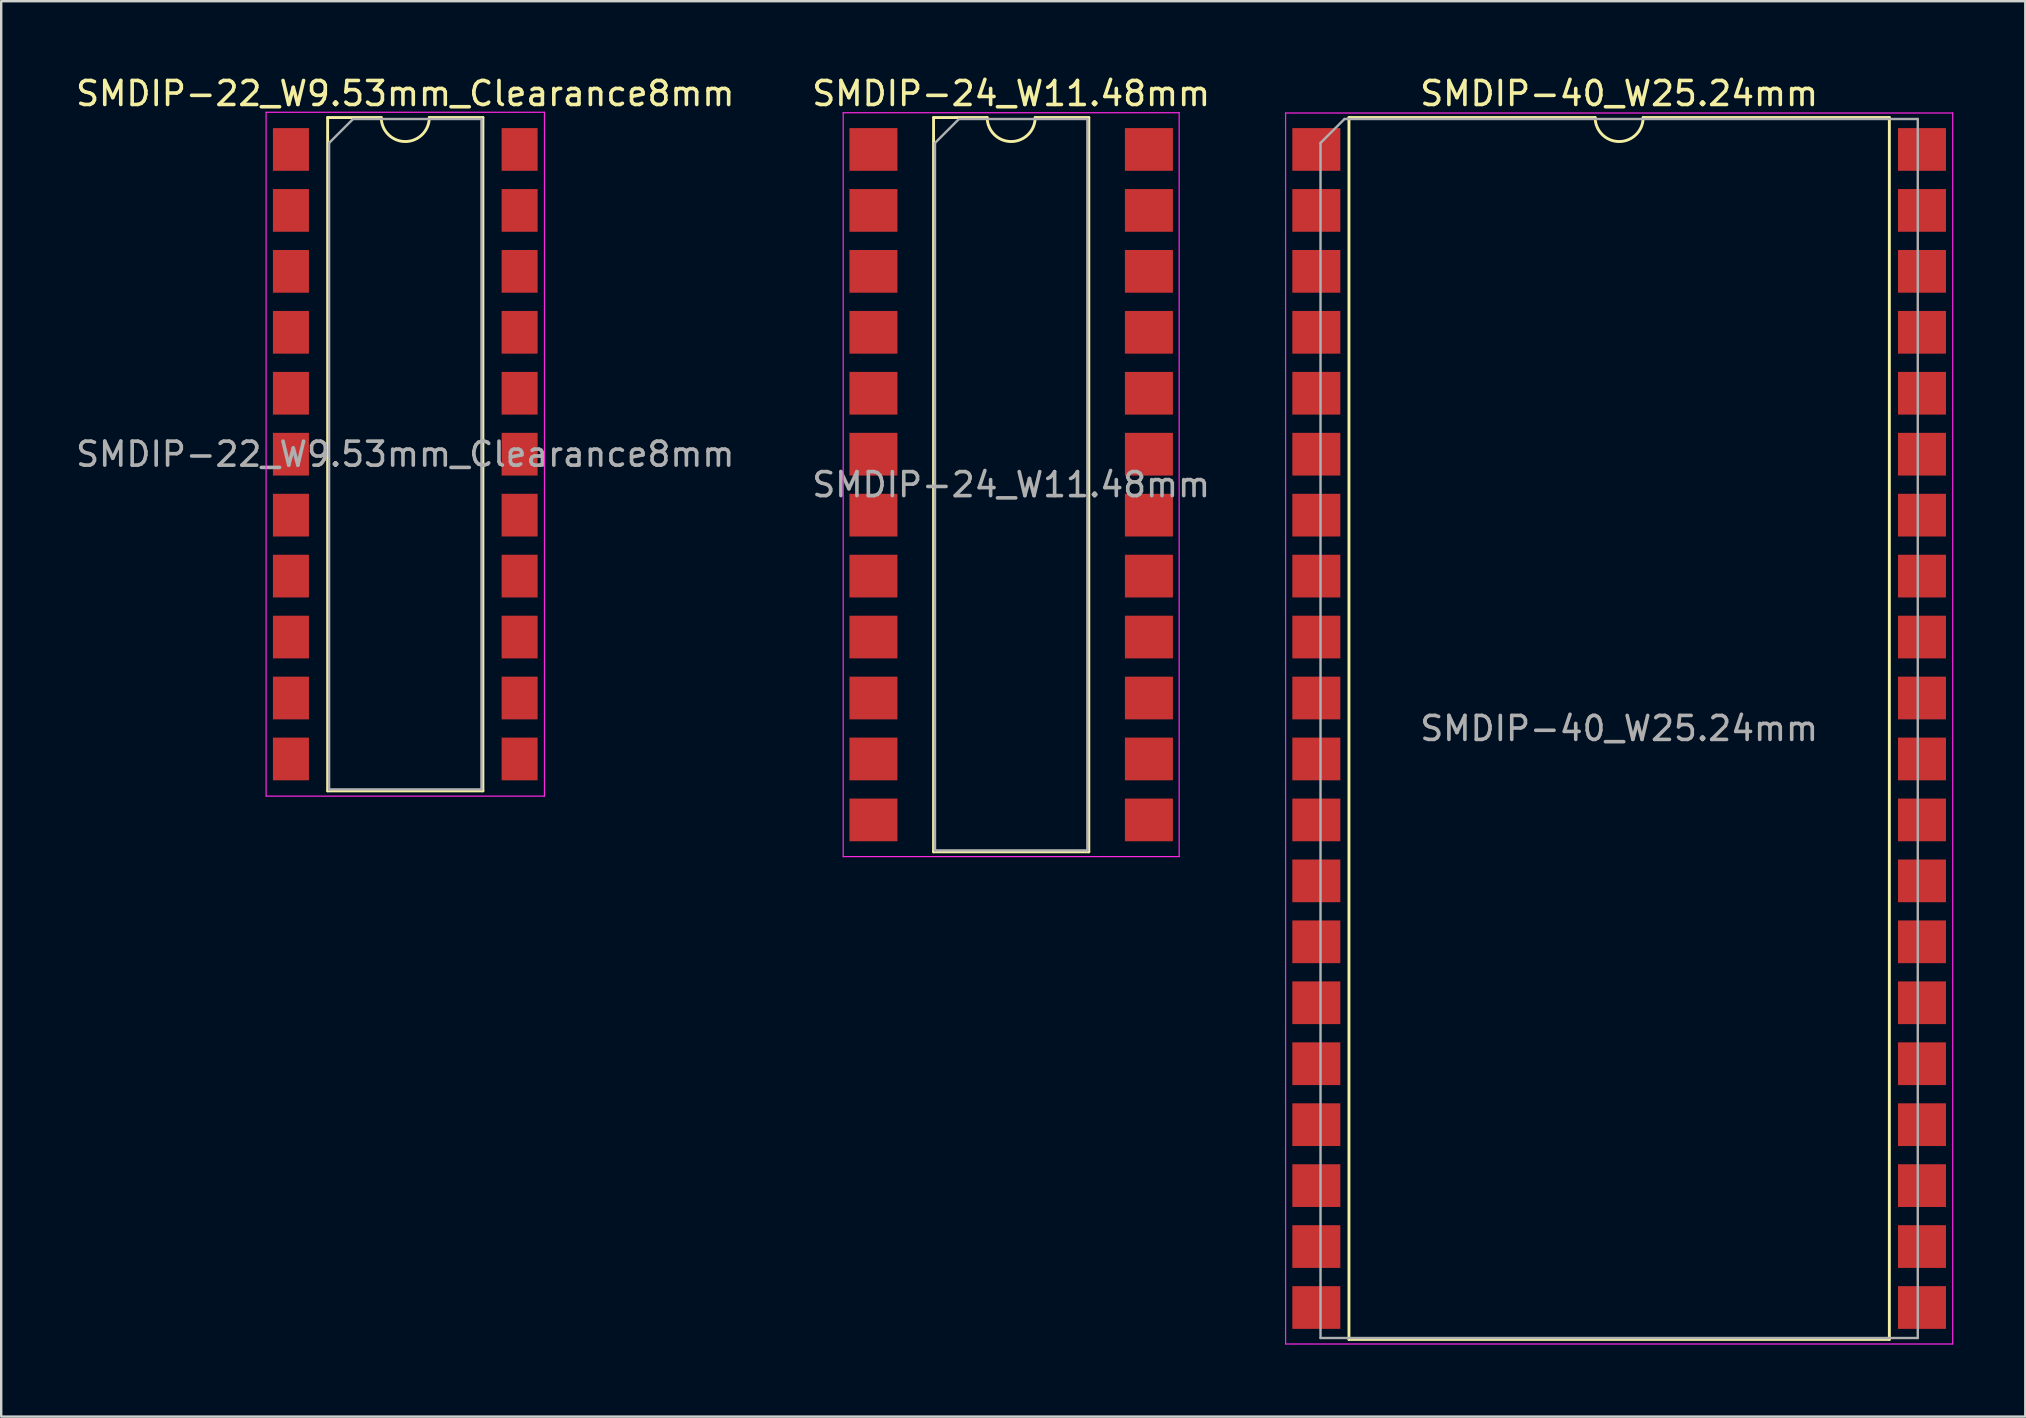
<source format=kicad_pcb>
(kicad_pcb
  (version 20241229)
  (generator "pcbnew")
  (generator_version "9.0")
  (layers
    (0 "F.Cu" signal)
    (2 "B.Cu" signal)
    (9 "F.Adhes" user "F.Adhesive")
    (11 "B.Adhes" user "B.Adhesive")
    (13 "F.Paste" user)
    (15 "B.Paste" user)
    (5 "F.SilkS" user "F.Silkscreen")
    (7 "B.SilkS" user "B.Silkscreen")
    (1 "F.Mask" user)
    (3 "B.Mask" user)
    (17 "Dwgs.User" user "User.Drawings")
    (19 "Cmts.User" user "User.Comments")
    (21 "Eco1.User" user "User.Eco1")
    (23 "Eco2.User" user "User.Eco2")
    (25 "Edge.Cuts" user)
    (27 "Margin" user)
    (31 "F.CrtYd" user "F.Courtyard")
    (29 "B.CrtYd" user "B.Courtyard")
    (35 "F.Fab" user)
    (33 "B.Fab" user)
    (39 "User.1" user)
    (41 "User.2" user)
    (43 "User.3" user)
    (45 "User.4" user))
  (footprint "SMDIP-22_W9.53mm_Clearance8mm"
    (layer "F.Cu")
    (at 13.839 15.878)
    (property "Reference" "SMDIP-22_W9.53mm_Clearance8mm" (at 0 -15.03 0) (layer "F.SilkS") (effects (font (size 1 1) (thickness 0.15))))
    (attr smd)
    (fp_line (start -3.235 -14.03) (end -3.235 14.03) (stroke (width 0.12) (type solid)) (layer "F.SilkS"))
    (fp_line (start -3.235 14.03) (end 3.235 14.03) (stroke (width 0.12) (type solid)) (layer "F.SilkS"))
    (fp_line (start -1 -14.03) (end -3.235 -14.03) (stroke (width 0.12) (type solid)) (layer "F.SilkS"))
    (fp_line (start 3.235 -14.03) (end 1 -14.03) (stroke (width 0.12) (type solid)) (layer "F.SilkS"))
    (fp_line (start 3.235 14.03) (end 3.235 -14.03) (stroke (width 0.12) (type solid)) (layer "F.SilkS"))
    (fp_arc (start 1 -14.03) (mid 0 -13.03) (end -1 -14.03) (stroke (width 0.12) (type solid)) (layer "F.SilkS"))
    (fp_line (start -5.8 -14.25) (end -5.8 14.25) (stroke (width 0.05) (type solid)) (layer "F.CrtYd"))
    (fp_line (start -5.8 14.25) (end 5.8 14.25) (stroke (width 0.05) (type solid)) (layer "F.CrtYd"))
    (fp_line (start 5.8 -14.25) (end -5.8 -14.25) (stroke (width 0.05) (type solid)) (layer "F.CrtYd"))
    (fp_line (start 5.8 14.25) (end 5.8 -14.25) (stroke (width 0.05) (type solid)) (layer "F.CrtYd"))
    (fp_line (start -3.175 -12.97) (end -2.175 -13.97) (stroke (width 0.1) (type solid)) (layer "F.Fab"))
    (fp_line (start -3.175 13.97) (end -3.175 -12.97) (stroke (width 0.1) (type solid)) (layer "F.Fab"))
    (fp_line (start -2.175 -13.97) (end 3.175 -13.97) (stroke (width 0.1) (type solid)) (layer "F.Fab"))
    (fp_line (start 3.175 -13.97) (end 3.175 13.97) (stroke (width 0.1) (type solid)) (layer "F.Fab"))
    (fp_line (start 3.175 13.97) (end -3.175 13.97) (stroke (width 0.1) (type solid)) (layer "F.Fab"))
    (fp_text user "${REFERENCE}" (at 0 0 0) (layer "F.Fab") (effects (font (size 1 1) (thickness 0.15))))
    (pad "1" smd rect (at -4.765 -12.7) (size 1.5 1.78) (layers "F.Cu" "F.Mask" "F.Paste"))
    (pad "2" smd rect (at -4.765 -10.16) (size 1.5 1.78) (layers "F.Cu" "F.Mask" "F.Paste"))
    (pad "3" smd rect (at -4.765 -7.62) (size 1.5 1.78) (layers "F.Cu" "F.Mask" "F.Paste"))
    (pad "4" smd rect (at -4.765 -5.08) (size 1.5 1.78) (layers "F.Cu" "F.Mask" "F.Paste"))
    (pad "5" smd rect (at -4.765 -2.54) (size 1.5 1.78) (layers "F.Cu" "F.Mask" "F.Paste"))
    (pad "6" smd rect (at -4.765 0) (size 1.5 1.78) (layers "F.Cu" "F.Mask" "F.Paste"))
    (pad "7" smd rect (at -4.765 2.54) (size 1.5 1.78) (layers "F.Cu" "F.Mask" "F.Paste"))
    (pad "8" smd rect (at -4.765 5.08) (size 1.5 1.78) (layers "F.Cu" "F.Mask" "F.Paste"))
    (pad "9" smd rect (at -4.765 7.62) (size 1.5 1.78) (layers "F.Cu" "F.Mask" "F.Paste"))
    (pad "10" smd rect (at -4.765 10.16) (size 1.5 1.78) (layers "F.Cu" "F.Mask" "F.Paste"))
    (pad "11" smd rect (at -4.765 12.7) (size 1.5 1.78) (layers "F.Cu" "F.Mask" "F.Paste"))
    (pad "12" smd rect (at 4.765 12.7) (size 1.5 1.78) (layers "F.Cu" "F.Mask" "F.Paste"))
    (pad "13" smd rect (at 4.765 10.16) (size 1.5 1.78) (layers "F.Cu" "F.Mask" "F.Paste"))
    (pad "14" smd rect (at 4.765 7.62) (size 1.5 1.78) (layers "F.Cu" "F.Mask" "F.Paste"))
    (pad "15" smd rect (at 4.765 5.08) (size 1.5 1.78) (layers "F.Cu" "F.Mask" "F.Paste"))
    (pad "16" smd rect (at 4.765 2.54) (size 1.5 1.78) (layers "F.Cu" "F.Mask" "F.Paste"))
    (pad "17" smd rect (at 4.765 0) (size 1.5 1.78) (layers "F.Cu" "F.Mask" "F.Paste"))
    (pad "18" smd rect (at 4.765 -2.54) (size 1.5 1.78) (layers "F.Cu" "F.Mask" "F.Paste"))
    (pad "19" smd rect (at 4.765 -5.08) (size 1.5 1.78) (layers "F.Cu" "F.Mask" "F.Paste"))
    (pad "20" smd rect (at 4.765 -7.62) (size 1.5 1.78) (layers "F.Cu" "F.Mask" "F.Paste"))
    (pad "21" smd rect (at 4.765 -10.16) (size 1.5 1.78) (layers "F.Cu" "F.Mask" "F.Paste"))
    (pad "22" smd rect (at 4.765 -12.7) (size 1.5 1.78) (layers "F.Cu" "F.Mask" "F.Paste")))
  (footprint "SMDIP-24_W11.48mm"
    (layer "F.Cu")
    (at 39.089 17.148)
    (property "Reference" "SMDIP-24_W11.48mm" (at 0 -16.3 0) (layer "F.SilkS") (effects (font (size 1 1) (thickness 0.15))))
    (attr smd)
    (fp_line (start -3.235 -15.3) (end -3.235 15.3) (stroke (width 0.12) (type solid)) (layer "F.SilkS"))
    (fp_line (start -3.235 15.3) (end 3.235 15.3) (stroke (width 0.12) (type solid)) (layer "F.SilkS"))
    (fp_line (start -1 -15.3) (end -3.235 -15.3) (stroke (width 0.12) (type solid)) (layer "F.SilkS"))
    (fp_line (start 3.235 -15.3) (end 1 -15.3) (stroke (width 0.12) (type solid)) (layer "F.SilkS"))
    (fp_line (start 3.235 15.3) (end 3.235 -15.3) (stroke (width 0.12) (type solid)) (layer "F.SilkS"))
    (fp_arc (start 1 -15.3) (mid 0 -14.3) (end -1 -15.3) (stroke (width 0.12) (type solid)) (layer "F.SilkS"))
    (fp_line (start -7 -15.5) (end -7 15.5) (stroke (width 0.05) (type solid)) (layer "F.CrtYd"))
    (fp_line (start -7 15.5) (end 7 15.5) (stroke (width 0.05) (type solid)) (layer "F.CrtYd"))
    (fp_line (start 7 -15.5) (end -7 -15.5) (stroke (width 0.05) (type solid)) (layer "F.CrtYd"))
    (fp_line (start 7 15.5) (end 7 -15.5) (stroke (width 0.05) (type solid)) (layer "F.CrtYd"))
    (fp_line (start -3.175 -14.24) (end -2.175 -15.24) (stroke (width 0.1) (type solid)) (layer "F.Fab"))
    (fp_line (start -3.175 15.24) (end -3.175 -14.24) (stroke (width 0.1) (type solid)) (layer "F.Fab"))
    (fp_line (start -2.175 -15.24) (end 3.175 -15.24) (stroke (width 0.1) (type solid)) (layer "F.Fab"))
    (fp_line (start 3.175 -15.24) (end 3.175 15.24) (stroke (width 0.1) (type solid)) (layer "F.Fab"))
    (fp_line (start 3.175 15.24) (end -3.175 15.24) (stroke (width 0.1) (type solid)) (layer "F.Fab"))
    (fp_text user "${REFERENCE}" (at 0 0 0) (layer "F.Fab") (effects (font (size 1 1) (thickness 0.15))))
    (pad "1" smd rect (at -5.74 -13.97) (size 2 1.78) (layers "F.Cu" "F.Mask" "F.Paste"))
    (pad "2" smd rect (at -5.74 -11.43) (size 2 1.78) (layers "F.Cu" "F.Mask" "F.Paste"))
    (pad "3" smd rect (at -5.74 -8.89) (size 2 1.78) (layers "F.Cu" "F.Mask" "F.Paste"))
    (pad "4" smd rect (at -5.74 -6.35) (size 2 1.78) (layers "F.Cu" "F.Mask" "F.Paste"))
    (pad "5" smd rect (at -5.74 -3.81) (size 2 1.78) (layers "F.Cu" "F.Mask" "F.Paste"))
    (pad "6" smd rect (at -5.74 -1.27) (size 2 1.78) (layers "F.Cu" "F.Mask" "F.Paste"))
    (pad "7" smd rect (at -5.74 1.27) (size 2 1.78) (layers "F.Cu" "F.Mask" "F.Paste"))
    (pad "8" smd rect (at -5.74 3.81) (size 2 1.78) (layers "F.Cu" "F.Mask" "F.Paste"))
    (pad "9" smd rect (at -5.74 6.35) (size 2 1.78) (layers "F.Cu" "F.Mask" "F.Paste"))
    (pad "10" smd rect (at -5.74 8.89) (size 2 1.78) (layers "F.Cu" "F.Mask" "F.Paste"))
    (pad "11" smd rect (at -5.74 11.43) (size 2 1.78) (layers "F.Cu" "F.Mask" "F.Paste"))
    (pad "12" smd rect (at -5.74 13.97) (size 2 1.78) (layers "F.Cu" "F.Mask" "F.Paste"))
    (pad "13" smd rect (at 5.74 13.97) (size 2 1.78) (layers "F.Cu" "F.Mask" "F.Paste"))
    (pad "14" smd rect (at 5.74 11.43) (size 2 1.78) (layers "F.Cu" "F.Mask" "F.Paste"))
    (pad "15" smd rect (at 5.74 8.89) (size 2 1.78) (layers "F.Cu" "F.Mask" "F.Paste"))
    (pad "16" smd rect (at 5.74 6.35) (size 2 1.78) (layers "F.Cu" "F.Mask" "F.Paste"))
    (pad "17" smd rect (at 5.74 3.81) (size 2 1.78) (layers "F.Cu" "F.Mask" "F.Paste"))
    (pad "18" smd rect (at 5.74 1.27) (size 2 1.78) (layers "F.Cu" "F.Mask" "F.Paste"))
    (pad "19" smd rect (at 5.74 -1.27) (size 2 1.78) (layers "F.Cu" "F.Mask" "F.Paste"))
    (pad "20" smd rect (at 5.74 -3.81) (size 2 1.78) (layers "F.Cu" "F.Mask" "F.Paste"))
    (pad "21" smd rect (at 5.74 -6.35) (size 2 1.78) (layers "F.Cu" "F.Mask" "F.Paste"))
    (pad "22" smd rect (at 5.74 -8.89) (size 2 1.78) (layers "F.Cu" "F.Mask" "F.Paste"))
    (pad "23" smd rect (at 5.74 -11.43) (size 2 1.78) (layers "F.Cu" "F.Mask" "F.Paste"))
    (pad "24" smd rect (at 5.74 -13.97) (size 2 1.78) (layers "F.Cu" "F.Mask" "F.Paste")))
  (footprint "SMDIP-40_W25.24mm"
    (layer "F.Cu")
    (at 64.425 27.308)
    (property "Reference" "SMDIP-40_W25.24mm" (at 0 -26.46 0) (layer "F.SilkS") (effects (font (size 1 1) (thickness 0.15))))
    (attr smd)
    (fp_line (start -11.26 -25.46) (end -11.26 25.46) (stroke (width 0.12) (type solid)) (layer "F.SilkS"))
    (fp_line (start -11.26 25.46) (end 11.26 25.46) (stroke (width 0.12) (type solid)) (layer "F.SilkS"))
    (fp_line (start -1 -25.46) (end -11.26 -25.46) (stroke (width 0.12) (type solid)) (layer "F.SilkS"))
    (fp_line (start 11.26 -25.46) (end 1 -25.46) (stroke (width 0.12) (type solid)) (layer "F.SilkS"))
    (fp_line (start 11.26 25.46) (end 11.26 -25.46) (stroke (width 0.12) (type solid)) (layer "F.SilkS"))
    (fp_arc (start 1 -25.46) (mid 0 -24.46) (end -1 -25.46) (stroke (width 0.12) (type solid)) (layer "F.SilkS"))
    (fp_line (start -13.9 -25.65) (end -13.9 25.65) (stroke (width 0.05) (type solid)) (layer "F.CrtYd"))
    (fp_line (start -13.9 25.65) (end 13.9 25.65) (stroke (width 0.05) (type solid)) (layer "F.CrtYd"))
    (fp_line (start 13.9 -25.65) (end -13.9 -25.65) (stroke (width 0.05) (type solid)) (layer "F.CrtYd"))
    (fp_line (start 13.9 25.65) (end 13.9 -25.65) (stroke (width 0.05) (type solid)) (layer "F.CrtYd"))
    (fp_line (start -12.445 -24.4) (end -11.445 -25.4) (stroke (width 0.1) (type solid)) (layer "F.Fab"))
    (fp_line (start -12.445 25.4) (end -12.445 -24.4) (stroke (width 0.1) (type solid)) (layer "F.Fab"))
    (fp_line (start -11.445 -25.4) (end 12.445 -25.4) (stroke (width 0.1) (type solid)) (layer "F.Fab"))
    (fp_line (start 12.445 -25.4) (end 12.445 25.4) (stroke (width 0.1) (type solid)) (layer "F.Fab"))
    (fp_line (start 12.445 25.4) (end -12.445 25.4) (stroke (width 0.1) (type solid)) (layer "F.Fab"))
    (fp_text user "${REFERENCE}" (at 0 0 0) (layer "F.Fab") (effects (font (size 1 1) (thickness 0.15))))
    (pad "1" smd rect (at -12.62 -24.13) (size 2 1.78) (layers "F.Cu" "F.Mask" "F.Paste"))
    (pad "2" smd rect (at -12.62 -21.59) (size 2 1.78) (layers "F.Cu" "F.Mask" "F.Paste"))
    (pad "3" smd rect (at -12.62 -19.05) (size 2 1.78) (layers "F.Cu" "F.Mask" "F.Paste"))
    (pad "4" smd rect (at -12.62 -16.51) (size 2 1.78) (layers "F.Cu" "F.Mask" "F.Paste"))
    (pad "5" smd rect (at -12.62 -13.97) (size 2 1.78) (layers "F.Cu" "F.Mask" "F.Paste"))
    (pad "6" smd rect (at -12.62 -11.43) (size 2 1.78) (layers "F.Cu" "F.Mask" "F.Paste"))
    (pad "7" smd rect (at -12.62 -8.89) (size 2 1.78) (layers "F.Cu" "F.Mask" "F.Paste"))
    (pad "8" smd rect (at -12.62 -6.35) (size 2 1.78) (layers "F.Cu" "F.Mask" "F.Paste"))
    (pad "9" smd rect (at -12.62 -3.81) (size 2 1.78) (layers "F.Cu" "F.Mask" "F.Paste"))
    (pad "10" smd rect (at -12.62 -1.27) (size 2 1.78) (layers "F.Cu" "F.Mask" "F.Paste"))
    (pad "11" smd rect (at -12.62 1.27) (size 2 1.78) (layers "F.Cu" "F.Mask" "F.Paste"))
    (pad "12" smd rect (at -12.62 3.81) (size 2 1.78) (layers "F.Cu" "F.Mask" "F.Paste"))
    (pad "13" smd rect (at -12.62 6.35) (size 2 1.78) (layers "F.Cu" "F.Mask" "F.Paste"))
    (pad "14" smd rect (at -12.62 8.89) (size 2 1.78) (layers "F.Cu" "F.Mask" "F.Paste"))
    (pad "15" smd rect (at -12.62 11.43) (size 2 1.78) (layers "F.Cu" "F.Mask" "F.Paste"))
    (pad "16" smd rect (at -12.62 13.97) (size 2 1.78) (layers "F.Cu" "F.Mask" "F.Paste"))
    (pad "17" smd rect (at -12.62 16.51) (size 2 1.78) (layers "F.Cu" "F.Mask" "F.Paste"))
    (pad "18" smd rect (at -12.62 19.05) (size 2 1.78) (layers "F.Cu" "F.Mask" "F.Paste"))
    (pad "19" smd rect (at -12.62 21.59) (size 2 1.78) (layers "F.Cu" "F.Mask" "F.Paste"))
    (pad "20" smd rect (at -12.62 24.13) (size 2 1.78) (layers "F.Cu" "F.Mask" "F.Paste"))
    (pad "21" smd rect (at 12.62 24.13) (size 2 1.78) (layers "F.Cu" "F.Mask" "F.Paste"))
    (pad "22" smd rect (at 12.62 21.59) (size 2 1.78) (layers "F.Cu" "F.Mask" "F.Paste"))
    (pad "23" smd rect (at 12.62 19.05) (size 2 1.78) (layers "F.Cu" "F.Mask" "F.Paste"))
    (pad "24" smd rect (at 12.62 16.51) (size 2 1.78) (layers "F.Cu" "F.Mask" "F.Paste"))
    (pad "25" smd rect (at 12.62 13.97) (size 2 1.78) (layers "F.Cu" "F.Mask" "F.Paste"))
    (pad "26" smd rect (at 12.62 11.43) (size 2 1.78) (layers "F.Cu" "F.Mask" "F.Paste"))
    (pad "27" smd rect (at 12.62 8.89) (size 2 1.78) (layers "F.Cu" "F.Mask" "F.Paste"))
    (pad "28" smd rect (at 12.62 6.35) (size 2 1.78) (layers "F.Cu" "F.Mask" "F.Paste"))
    (pad "29" smd rect (at 12.62 3.81) (size 2 1.78) (layers "F.Cu" "F.Mask" "F.Paste"))
    (pad "30" smd rect (at 12.62 1.27) (size 2 1.78) (layers "F.Cu" "F.Mask" "F.Paste"))
    (pad "31" smd rect (at 12.62 -1.27) (size 2 1.78) (layers "F.Cu" "F.Mask" "F.Paste"))
    (pad "32" smd rect (at 12.62 -3.81) (size 2 1.78) (layers "F.Cu" "F.Mask" "F.Paste"))
    (pad "33" smd rect (at 12.62 -6.35) (size 2 1.78) (layers "F.Cu" "F.Mask" "F.Paste"))
    (pad "34" smd rect (at 12.62 -8.89) (size 2 1.78) (layers "F.Cu" "F.Mask" "F.Paste"))
    (pad "35" smd rect (at 12.62 -11.43) (size 2 1.78) (layers "F.Cu" "F.Mask" "F.Paste"))
    (pad "36" smd rect (at 12.62 -13.97) (size 2 1.78) (layers "F.Cu" "F.Mask" "F.Paste"))
    (pad "37" smd rect (at 12.62 -16.51) (size 2 1.78) (layers "F.Cu" "F.Mask" "F.Paste"))
    (pad "38" smd rect (at 12.62 -19.05) (size 2 1.78) (layers "F.Cu" "F.Mask" "F.Paste"))
    (pad "39" smd rect (at 12.62 -21.59) (size 2 1.78) (layers "F.Cu" "F.Mask" "F.Paste"))
    (pad "40" smd rect (at 12.62 -24.13) (size 2 1.78) (layers "F.Cu" "F.Mask" "F.Paste")))
  (gr_rect
    (start -3 -3)
    (end 81.35 55.983)
    (stroke (width 0.1) (type default))
    (fill no)
    (layer "Edge.Cuts")))
</source>
